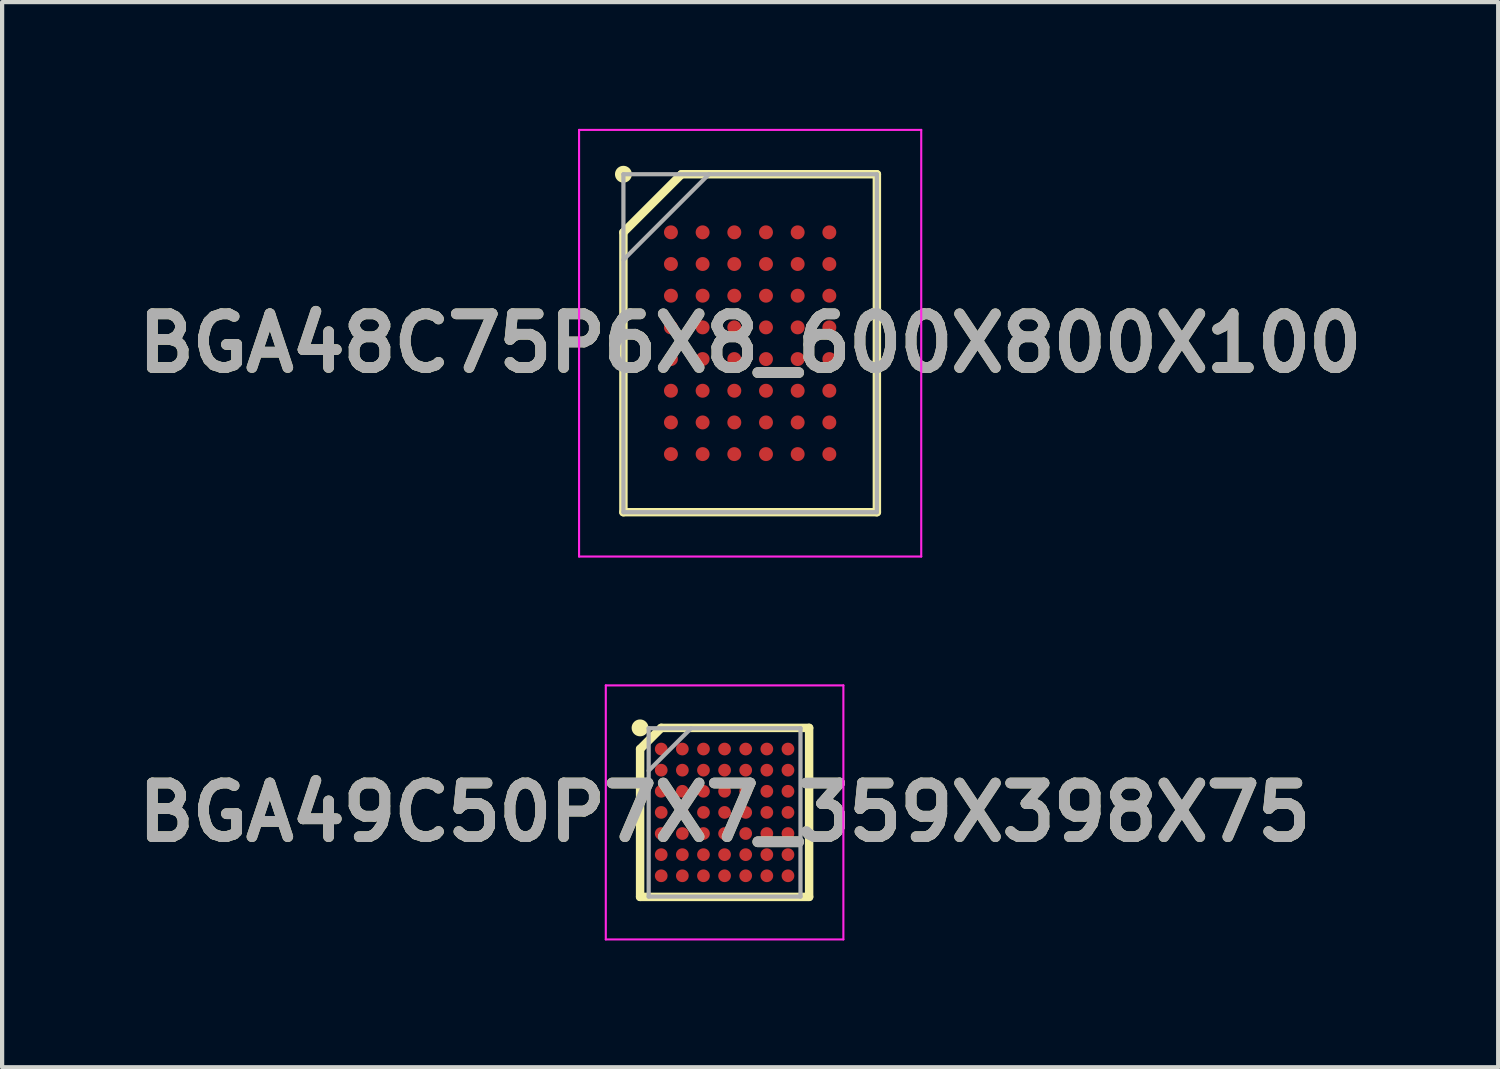
<source format=kicad_pcb>
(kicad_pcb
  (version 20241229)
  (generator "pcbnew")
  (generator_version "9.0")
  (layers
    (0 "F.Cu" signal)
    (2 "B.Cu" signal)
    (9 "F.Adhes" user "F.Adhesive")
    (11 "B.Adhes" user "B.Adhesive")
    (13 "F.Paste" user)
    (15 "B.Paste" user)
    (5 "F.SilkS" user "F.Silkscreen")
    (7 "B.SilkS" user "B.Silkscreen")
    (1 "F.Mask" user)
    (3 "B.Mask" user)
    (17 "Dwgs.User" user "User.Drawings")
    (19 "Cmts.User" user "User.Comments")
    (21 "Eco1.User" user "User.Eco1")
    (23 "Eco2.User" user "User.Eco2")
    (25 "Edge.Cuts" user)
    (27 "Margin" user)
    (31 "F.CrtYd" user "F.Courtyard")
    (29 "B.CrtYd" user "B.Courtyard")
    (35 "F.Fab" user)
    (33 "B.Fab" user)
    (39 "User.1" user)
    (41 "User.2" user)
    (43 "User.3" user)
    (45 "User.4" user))
  (footprint "BGA49C50P7X7_359X398X75"
    (layer "F.Cu")
    (at 14.103 16.182)
    (property "Reference" "BGA49C50P7X7_359X398X75" (at 0 0 0) (layer "F.SilkS") (effects (font (size 1.27 1.27) (thickness 0.254))))
    (attr smd)
    (fp_line (start -2 -1.501) (end -1.499 -2.002) (stroke (width 0.2) (type solid)) (layer "F.SilkS"))
    (fp_line (start -2 2) (end -2 -1.501) (stroke (width 0.2) (type solid)) (layer "F.SilkS"))
    (fp_line (start -1.5 -2.001) (end 2.001 -2.001) (stroke (width 0.2) (type solid)) (layer "F.SilkS"))
    (fp_line (start 2.001 -2.001) (end 2.001 2) (stroke (width 0.2) (type solid)) (layer "F.SilkS"))
    (fp_line (start 2.001 2) (end -2 2) (stroke (width 0.2) (type solid)) (layer "F.SilkS"))
    (fp_circle (center -2.001 -2.001) (end -2.001 -1.901) (stroke (width 0.2) (type solid)) (fill no) (layer "F.SilkS"))
    (fp_line (start -2.812 -3.007) (end 2.812 -3.007) (stroke (width 0.05) (type solid)) (layer "F.CrtYd"))
    (fp_line (start -2.812 3.007) (end -2.812 -3.007) (stroke (width 0.05) (type solid)) (layer "F.CrtYd"))
    (fp_line (start 2.812 -3.007) (end 2.812 3.007) (stroke (width 0.05) (type solid)) (layer "F.CrtYd"))
    (fp_line (start 2.812 3.007) (end -2.812 3.007) (stroke (width 0.05) (type solid)) (layer "F.CrtYd"))
    (fp_line (start -1.797 -1.992) (end 1.797 -1.992) (stroke (width 0.1) (type solid)) (layer "F.Fab"))
    (fp_line (start -1.797 -0.988) (end -0.793 -1.992) (stroke (width 0.1) (type solid)) (layer "F.Fab"))
    (fp_line (start -1.797 1.992) (end -1.797 -1.992) (stroke (width 0.1) (type solid)) (layer "F.Fab"))
    (fp_line (start 1.797 -1.992) (end 1.797 1.992) (stroke (width 0.1) (type solid)) (layer "F.Fab"))
    (fp_line (start 1.797 1.992) (end -1.797 1.992) (stroke (width 0.1) (type solid)) (layer "F.Fab"))
    (fp_text user "${REFERENCE}" (at 0 0 0) (layer "F.Fab") (effects (font (size 1.27 1.27) (thickness 0.254))))
    (pad "A1" smd circle (at -1.5 -1.5 90) (size 0.301 0.301) (layers "F.Cu" "F.Mask" "F.Paste"))
    (pad "A2" smd circle (at -1 -1.5 90) (size 0.301 0.301) (layers "F.Cu" "F.Mask" "F.Paste"))
    (pad "A3" smd circle (at -0.5 -1.5 90) (size 0.301 0.301) (layers "F.Cu" "F.Mask" "F.Paste"))
    (pad "A4" smd circle (at 0 -1.5 90) (size 0.301 0.301) (layers "F.Cu" "F.Mask" "F.Paste"))
    (pad "A5" smd circle (at 0.5 -1.5 90) (size 0.301 0.301) (layers "F.Cu" "F.Mask" "F.Paste"))
    (pad "A6" smd circle (at 1 -1.5 90) (size 0.301 0.301) (layers "F.Cu" "F.Mask" "F.Paste"))
    (pad "A7" smd circle (at 1.5 -1.5 90) (size 0.301 0.301) (layers "F.Cu" "F.Mask" "F.Paste"))
    (pad "B1" smd circle (at -1.5 -1 90) (size 0.301 0.301) (layers "F.Cu" "F.Mask" "F.Paste"))
    (pad "B2" smd circle (at -1 -1 90) (size 0.301 0.301) (layers "F.Cu" "F.Mask" "F.Paste"))
    (pad "B3" smd circle (at -0.5 -1 90) (size 0.301 0.301) (layers "F.Cu" "F.Mask" "F.Paste"))
    (pad "B4" smd circle (at 0 -1 90) (size 0.301 0.301) (layers "F.Cu" "F.Mask" "F.Paste"))
    (pad "B5" smd circle (at 0.5 -1 90) (size 0.301 0.301) (layers "F.Cu" "F.Mask" "F.Paste"))
    (pad "B6" smd circle (at 1 -1 90) (size 0.301 0.301) (layers "F.Cu" "F.Mask" "F.Paste"))
    (pad "B7" smd circle (at 1.5 -1 90) (size 0.301 0.301) (layers "F.Cu" "F.Mask" "F.Paste"))
    (pad "C1" smd circle (at -1.5 -0.5 90) (size 0.301 0.301) (layers "F.Cu" "F.Mask" "F.Paste"))
    (pad "C2" smd circle (at -1 -0.5 90) (size 0.301 0.301) (layers "F.Cu" "F.Mask" "F.Paste"))
    (pad "C3" smd circle (at -0.5 -0.5 90) (size 0.301 0.301) (layers "F.Cu" "F.Mask" "F.Paste"))
    (pad "C4" smd circle (at 0 -0.5 90) (size 0.301 0.301) (layers "F.Cu" "F.Mask" "F.Paste"))
    (pad "C5" smd circle (at 0.5 -0.5 90) (size 0.301 0.301) (layers "F.Cu" "F.Mask" "F.Paste"))
    (pad "C6" smd circle (at 1 -0.5 90) (size 0.301 0.301) (layers "F.Cu" "F.Mask" "F.Paste"))
    (pad "C7" smd circle (at 1.5 -0.5 90) (size 0.301 0.301) (layers "F.Cu" "F.Mask" "F.Paste"))
    (pad "D1" smd circle (at -1.5 0 90) (size 0.301 0.301) (layers "F.Cu" "F.Mask" "F.Paste"))
    (pad "D2" smd circle (at -1 0 90) (size 0.301 0.301) (layers "F.Cu" "F.Mask" "F.Paste"))
    (pad "D3" smd circle (at -0.5 0 90) (size 0.301 0.301) (layers "F.Cu" "F.Mask" "F.Paste"))
    (pad "D4" smd circle (at 0 0 90) (size 0.301 0.301) (layers "F.Cu" "F.Mask" "F.Paste"))
    (pad "D5" smd circle (at 0.5 0 90) (size 0.301 0.301) (layers "F.Cu" "F.Mask" "F.Paste"))
    (pad "D6" smd circle (at 1 0 90) (size 0.301 0.301) (layers "F.Cu" "F.Mask" "F.Paste"))
    (pad "D7" smd circle (at 1.5 0 90) (size 0.301 0.301) (layers "F.Cu" "F.Mask" "F.Paste"))
    (pad "E1" smd circle (at -1.5 0.5 90) (size 0.301 0.301) (layers "F.Cu" "F.Mask" "F.Paste"))
    (pad "E2" smd circle (at -1 0.5 90) (size 0.301 0.301) (layers "F.Cu" "F.Mask" "F.Paste"))
    (pad "E3" smd circle (at -0.5 0.5 90) (size 0.301 0.301) (layers "F.Cu" "F.Mask" "F.Paste"))
    (pad "E4" smd circle (at 0 0.5 90) (size 0.301 0.301) (layers "F.Cu" "F.Mask" "F.Paste"))
    (pad "E5" smd circle (at 0.5 0.5 90) (size 0.301 0.301) (layers "F.Cu" "F.Mask" "F.Paste"))
    (pad "E6" smd circle (at 1 0.5 90) (size 0.301 0.301) (layers "F.Cu" "F.Mask" "F.Paste"))
    (pad "E7" smd circle (at 1.5 0.5 90) (size 0.301 0.301) (layers "F.Cu" "F.Mask" "F.Paste"))
    (pad "F1" smd circle (at -1.5 1 90) (size 0.301 0.301) (layers "F.Cu" "F.Mask" "F.Paste"))
    (pad "F2" smd circle (at -1 1 90) (size 0.301 0.301) (layers "F.Cu" "F.Mask" "F.Paste"))
    (pad "F3" smd circle (at -0.5 1 90) (size 0.301 0.301) (layers "F.Cu" "F.Mask" "F.Paste"))
    (pad "F4" smd circle (at 0 1 90) (size 0.301 0.301) (layers "F.Cu" "F.Mask" "F.Paste"))
    (pad "F5" smd circle (at 0.5 1 90) (size 0.301 0.301) (layers "F.Cu" "F.Mask" "F.Paste"))
    (pad "F6" smd circle (at 1 1 90) (size 0.301 0.301) (layers "F.Cu" "F.Mask" "F.Paste"))
    (pad "F7" smd circle (at 1.5 1 90) (size 0.301 0.301) (layers "F.Cu" "F.Mask" "F.Paste"))
    (pad "G1" smd circle (at -1.5 1.5 90) (size 0.301 0.301) (layers "F.Cu" "F.Mask" "F.Paste"))
    (pad "G2" smd circle (at -1 1.5 90) (size 0.301 0.301) (layers "F.Cu" "F.Mask" "F.Paste"))
    (pad "G3" smd circle (at -0.5 1.5 90) (size 0.301 0.301) (layers "F.Cu" "F.Mask" "F.Paste"))
    (pad "G4" smd circle (at 0 1.5 90) (size 0.301 0.301) (layers "F.Cu" "F.Mask" "F.Paste"))
    (pad "G5" smd circle (at 0.5 1.5 90) (size 0.301 0.301) (layers "F.Cu" "F.Mask" "F.Paste"))
    (pad "G6" smd circle (at 1 1.5 90) (size 0.301 0.301) (layers "F.Cu" "F.Mask" "F.Paste"))
    (pad "G7" smd circle (at 1.5 1.5 90) (size 0.301 0.301) (layers "F.Cu" "F.Mask" "F.Paste")))
  (footprint "BGA48C75P6X8_600X800X100"
    (layer "F.Cu")
    (at 14.708 5.075)
    (property "Reference" "BGA48C75P6X8_600X800X100" (at 0 0 0) (layer "F.SilkS") (effects (font (size 1.27 1.27) (thickness 0.254))))
    (attr smd)
    (fp_line (start -3 -2.625) (end -1.625 -4) (stroke (width 0.2) (type solid)) (layer "F.SilkS"))
    (fp_line (start -3 4) (end -3 -2.625) (stroke (width 0.2) (type solid)) (layer "F.SilkS"))
    (fp_line (start -1.625 -4) (end 3 -4) (stroke (width 0.2) (type solid)) (layer "F.SilkS"))
    (fp_line (start 3 -4) (end 3 4) (stroke (width 0.2) (type solid)) (layer "F.SilkS"))
    (fp_line (start 3 4) (end -3 4) (stroke (width 0.2) (type solid)) (layer "F.SilkS"))
    (fp_circle (center -3 -4) (end -3 -3.9) (stroke (width 0.2) (type solid)) (fill no) (layer "F.SilkS"))
    (fp_line (start -4.05 -5.05) (end 4.05 -5.05) (stroke (width 0.05) (type solid)) (layer "F.CrtYd"))
    (fp_line (start -4.05 5.05) (end -4.05 -5.05) (stroke (width 0.05) (type solid)) (layer "F.CrtYd"))
    (fp_line (start 4.05 -5.05) (end 4.05 5.05) (stroke (width 0.05) (type solid)) (layer "F.CrtYd"))
    (fp_line (start 4.05 5.05) (end -4.05 5.05) (stroke (width 0.05) (type solid)) (layer "F.CrtYd"))
    (fp_line (start -3 -4) (end 3 -4) (stroke (width 0.1) (type solid)) (layer "F.Fab"))
    (fp_line (start -3 -1.975) (end -0.975 -4) (stroke (width 0.1) (type solid)) (layer "F.Fab"))
    (fp_line (start -3 4) (end -3 -4) (stroke (width 0.1) (type solid)) (layer "F.Fab"))
    (fp_line (start 3 -4) (end 3 4) (stroke (width 0.1) (type solid)) (layer "F.Fab"))
    (fp_line (start 3 4) (end -3 4) (stroke (width 0.1) (type solid)) (layer "F.Fab"))
    (fp_text user "${REFERENCE}" (at 0 0 0) (layer "F.Fab") (effects (font (size 1.27 1.27) (thickness 0.254))))
    (pad "A1" smd circle (at -1.875 -2.625 90) (size 0.33 0.33) (layers "F.Cu" "F.Mask" "F.Paste"))
    (pad "A2" smd circle (at -1.125 -2.625 90) (size 0.33 0.33) (layers "F.Cu" "F.Mask" "F.Paste"))
    (pad "A3" smd circle (at -0.375 -2.625 90) (size 0.33 0.33) (layers "F.Cu" "F.Mask" "F.Paste"))
    (pad "A4" smd circle (at 0.375 -2.625 90) (size 0.33 0.33) (layers "F.Cu" "F.Mask" "F.Paste"))
    (pad "A5" smd circle (at 1.125 -2.625 90) (size 0.33 0.33) (layers "F.Cu" "F.Mask" "F.Paste"))
    (pad "A6" smd circle (at 1.875 -2.625 90) (size 0.33 0.33) (layers "F.Cu" "F.Mask" "F.Paste"))
    (pad "B1" smd circle (at -1.875 -1.875 90) (size 0.33 0.33) (layers "F.Cu" "F.Mask" "F.Paste"))
    (pad "B2" smd circle (at -1.125 -1.875 90) (size 0.33 0.33) (layers "F.Cu" "F.Mask" "F.Paste"))
    (pad "B3" smd circle (at -0.375 -1.875 90) (size 0.33 0.33) (layers "F.Cu" "F.Mask" "F.Paste"))
    (pad "B4" smd circle (at 0.375 -1.875 90) (size 0.33 0.33) (layers "F.Cu" "F.Mask" "F.Paste"))
    (pad "B5" smd circle (at 1.125 -1.875 90) (size 0.33 0.33) (layers "F.Cu" "F.Mask" "F.Paste"))
    (pad "B6" smd circle (at 1.875 -1.875 90) (size 0.33 0.33) (layers "F.Cu" "F.Mask" "F.Paste"))
    (pad "C1" smd circle (at -1.875 -1.125 90) (size 0.33 0.33) (layers "F.Cu" "F.Mask" "F.Paste"))
    (pad "C2" smd circle (at -1.125 -1.125 90) (size 0.33 0.33) (layers "F.Cu" "F.Mask" "F.Paste"))
    (pad "C3" smd circle (at -0.375 -1.125 90) (size 0.33 0.33) (layers "F.Cu" "F.Mask" "F.Paste"))
    (pad "C4" smd circle (at 0.375 -1.125 90) (size 0.33 0.33) (layers "F.Cu" "F.Mask" "F.Paste"))
    (pad "C5" smd circle (at 1.125 -1.125 90) (size 0.33 0.33) (layers "F.Cu" "F.Mask" "F.Paste"))
    (pad "C6" smd circle (at 1.875 -1.125 90) (size 0.33 0.33) (layers "F.Cu" "F.Mask" "F.Paste"))
    (pad "D1" smd circle (at -1.875 -0.375 90) (size 0.33 0.33) (layers "F.Cu" "F.Mask" "F.Paste"))
    (pad "D2" smd circle (at -1.125 -0.375 90) (size 0.33 0.33) (layers "F.Cu" "F.Mask" "F.Paste"))
    (pad "D3" smd circle (at -0.375 -0.375 90) (size 0.33 0.33) (layers "F.Cu" "F.Mask" "F.Paste"))
    (pad "D4" smd circle (at 0.375 -0.375 90) (size 0.33 0.33) (layers "F.Cu" "F.Mask" "F.Paste"))
    (pad "D5" smd circle (at 1.125 -0.375 90) (size 0.33 0.33) (layers "F.Cu" "F.Mask" "F.Paste"))
    (pad "D6" smd circle (at 1.875 -0.375 90) (size 0.33 0.33) (layers "F.Cu" "F.Mask" "F.Paste"))
    (pad "E1" smd circle (at -1.875 0.375 90) (size 0.33 0.33) (layers "F.Cu" "F.Mask" "F.Paste"))
    (pad "E2" smd circle (at -1.125 0.375 90) (size 0.33 0.33) (layers "F.Cu" "F.Mask" "F.Paste"))
    (pad "E3" smd circle (at -0.375 0.375 90) (size 0.33 0.33) (layers "F.Cu" "F.Mask" "F.Paste"))
    (pad "E4" smd circle (at 0.375 0.375 90) (size 0.33 0.33) (layers "F.Cu" "F.Mask" "F.Paste"))
    (pad "E5" smd circle (at 1.125 0.375 90) (size 0.33 0.33) (layers "F.Cu" "F.Mask" "F.Paste"))
    (pad "E6" smd circle (at 1.875 0.375 90) (size 0.33 0.33) (layers "F.Cu" "F.Mask" "F.Paste"))
    (pad "F1" smd circle (at -1.875 1.125 90) (size 0.33 0.33) (layers "F.Cu" "F.Mask" "F.Paste"))
    (pad "F2" smd circle (at -1.125 1.125 90) (size 0.33 0.33) (layers "F.Cu" "F.Mask" "F.Paste"))
    (pad "F3" smd circle (at -0.375 1.125 90) (size 0.33 0.33) (layers "F.Cu" "F.Mask" "F.Paste"))
    (pad "F4" smd circle (at 0.375 1.125 90) (size 0.33 0.33) (layers "F.Cu" "F.Mask" "F.Paste"))
    (pad "F5" smd circle (at 1.125 1.125 90) (size 0.33 0.33) (layers "F.Cu" "F.Mask" "F.Paste"))
    (pad "F6" smd circle (at 1.875 1.125 90) (size 0.33 0.33) (layers "F.Cu" "F.Mask" "F.Paste"))
    (pad "G1" smd circle (at -1.875 1.875 90) (size 0.33 0.33) (layers "F.Cu" "F.Mask" "F.Paste"))
    (pad "G2" smd circle (at -1.125 1.875 90) (size 0.33 0.33) (layers "F.Cu" "F.Mask" "F.Paste"))
    (pad "G3" smd circle (at -0.375 1.875 90) (size 0.33 0.33) (layers "F.Cu" "F.Mask" "F.Paste"))
    (pad "G4" smd circle (at 0.375 1.875 90) (size 0.33 0.33) (layers "F.Cu" "F.Mask" "F.Paste"))
    (pad "G5" smd circle (at 1.125 1.875 90) (size 0.33 0.33) (layers "F.Cu" "F.Mask" "F.Paste"))
    (pad "G6" smd circle (at 1.875 1.875 90) (size 0.33 0.33) (layers "F.Cu" "F.Mask" "F.Paste"))
    (pad "H1" smd circle (at -1.875 2.625 90) (size 0.33 0.33) (layers "F.Cu" "F.Mask" "F.Paste"))
    (pad "H2" smd circle (at -1.125 2.625 90) (size 0.33 0.33) (layers "F.Cu" "F.Mask" "F.Paste"))
    (pad "H3" smd circle (at -0.375 2.625 90) (size 0.33 0.33) (layers "F.Cu" "F.Mask" "F.Paste"))
    (pad "H4" smd circle (at 0.375 2.625 90) (size 0.33 0.33) (layers "F.Cu" "F.Mask" "F.Paste"))
    (pad "H5" smd circle (at 1.125 2.625 90) (size 0.33 0.33) (layers "F.Cu" "F.Mask" "F.Paste"))
    (pad "H6" smd circle (at 1.875 2.625 90) (size 0.33 0.33) (layers "F.Cu" "F.Mask" "F.Paste")))
  (gr_rect
    (start -3 -3)
    (end 32.416 22.214)
    (stroke (width 0.1) (type default))
    (fill no)
    (layer "Edge.Cuts")))
</source>
